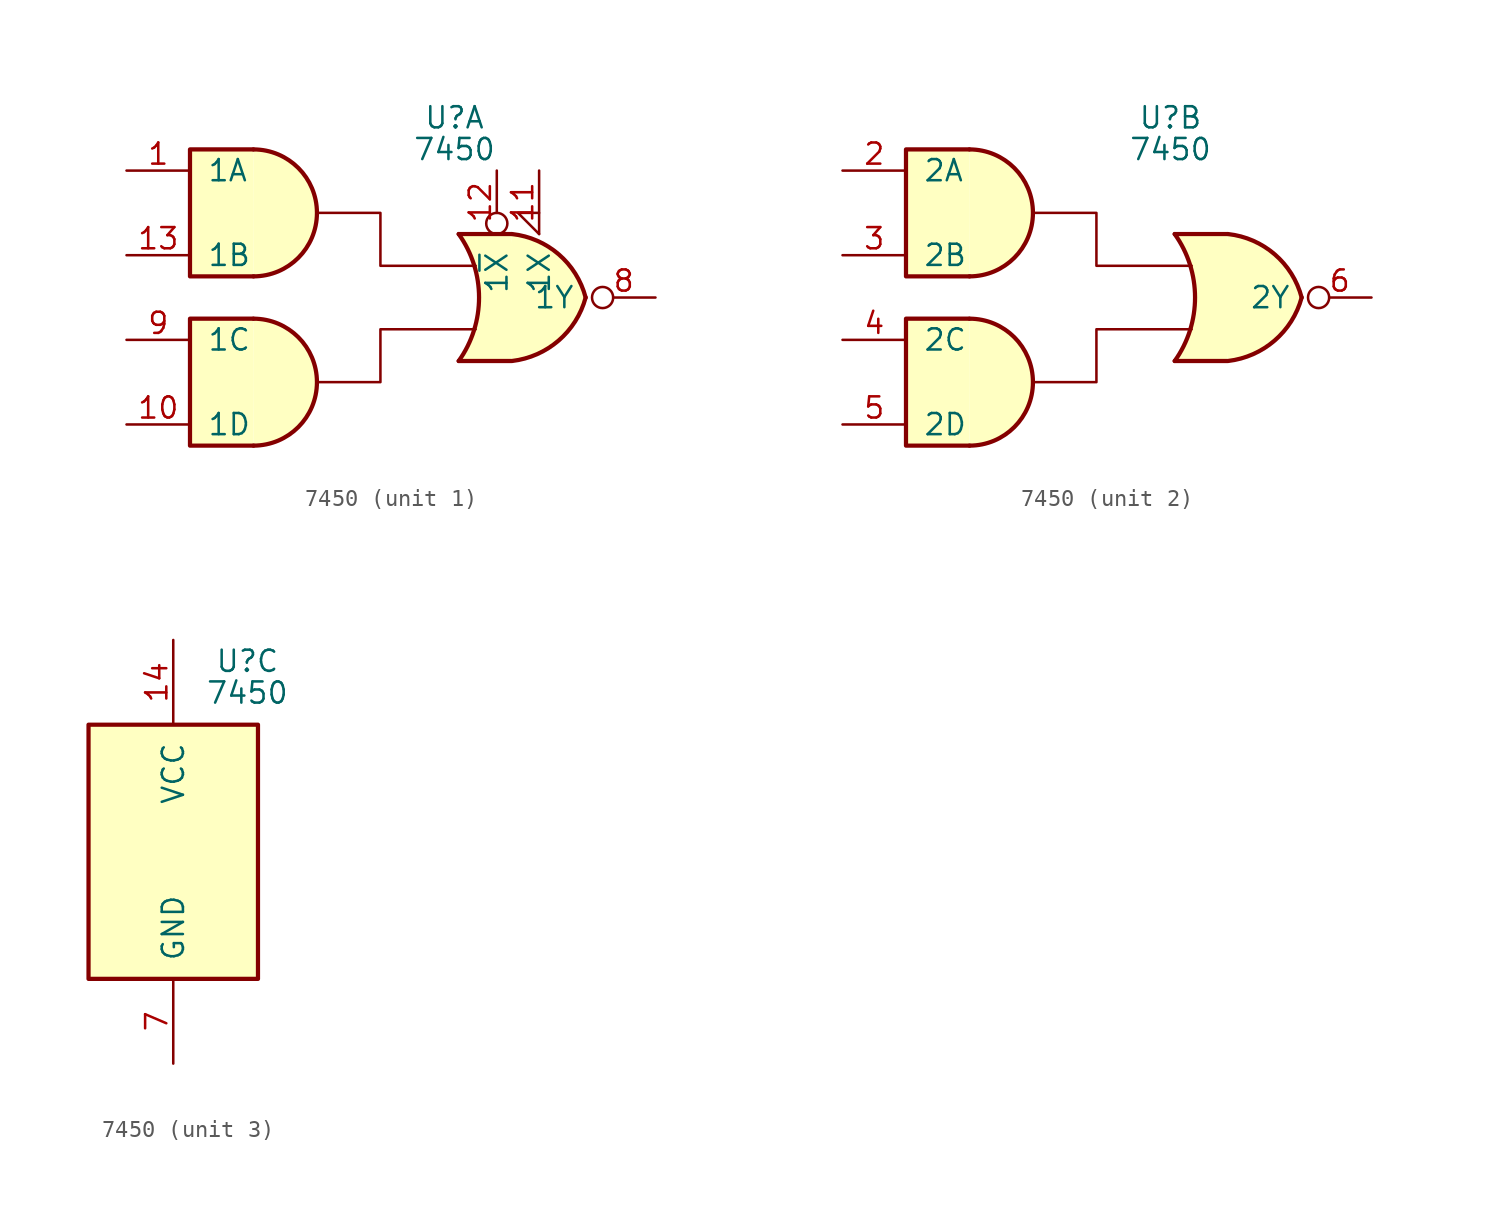
<source format=kicad_sym>
(kicad_symbol_lib
  (version 20220914)
  (generator kicad_symbol_editor)
  (symbol "7450"
    (pin_names
      (offset 1.016))
    (property "Reference" "U"
      (at 4.445 10.795 0)
      (effects (font (size 1.27 1.27))))
    (property "Value" "7450"
      (at 4.445 8.89 0)
      (effects (font (size 1.27 1.27))))
    (property "ki_locked" ""
      (at 0 0 0)
      (effects (font (size 1.27 1.27))))
    (symbol "7450_1_1"
      (arc (start -7.62 -8.89) (mid -3.8266 -5.08) (end -7.62 -1.27) (stroke (width 0.254) (type default)) (fill (type background)))
      (arc (start -7.62 1.27) (mid -3.8266 5.08) (end -7.62 8.89) (stroke (width 0.254) (type default)) (fill (type background)))
      (polyline (pts (xy 4.699 -3.81) (xy 7.874 -3.81)) (stroke (width 0.254) (type default)) (fill (type background)))
      (polyline (pts (xy 4.699 3.81) (xy 7.874 3.81)) (stroke (width 0.254) (type default)) (fill (type background)))
      (polyline (pts (xy -7.62 -1.27) (xy -11.43 -1.27) (xy -11.43 -8.89) (xy -7.62 -8.89)) (stroke (width 0.254) (type default)) (fill (type background)))
      (polyline (pts (xy -7.62 8.89) (xy -11.43 8.89) (xy -11.43 1.27) (xy -7.62 1.27)) (stroke (width 0.254) (type default)) (fill (type background)))
      (polyline (pts (xy -3.81 -5.08) (xy 0 -5.08) (xy 0 -1.905) (xy 5.715 -1.905)) (stroke (width 0) (type default)) (fill (type none)))
      (polyline (pts (xy -3.81 5.08) (xy 0 5.08) (xy 0 1.905) (xy 5.715 1.905)) (stroke (width 0) (type default)) (fill (type none)))
      (polyline (pts (xy 7.874 3.81) (xy 4.699 3.81) (xy 4.699 3.81) (xy 4.953 3.404) (xy 5.486 2.261) (xy 5.816 1.041) (xy 5.893 -0.254) (xy 5.74 -1.499) (xy 5.334 -2.718) (xy 4.699 -3.81) (xy 4.699 -3.81) (xy 7.874 -3.81)) (stroke (width -25.4) (type default)) (fill (type background)))
      (arc (start 4.6988 -3.81) (mid 5.9198 0) (end 4.6988 3.81) (stroke (width 0.254) (type default)) (fill (type none)))
      (arc (start 7.8992 -3.81) (mid 10.6943 -2.584) (end 12.3188 0) (stroke (width 0.254) (type default)) (fill (type background)))
      (arc (start 12.3188 0) (mid 10.7016 2.5925) (end 7.8992 3.81) (stroke (width 0.254) (type default)) (fill (type background)))
      (pin input line (at -15.24 7.62 0) (length 3.81) (name "1A" (effects (font (size 1.27 1.27)))) (number "1" (effects (font (size 1.27 1.27)))))
      (pin input line (at -15.24 -7.62 0) (length 3.81) (name "1D" (effects (font (size 1.27 1.27)))) (number "10" (effects (font (size 1.27 1.27)))))
      (pin input input_low (at 9.525 7.62 270) (length 3.81) (name "1X" (effects (font (size 1.27 1.27)))) (number "11" (effects (font (size 1.27 1.27)))))
      (pin input inverted (at 6.985 7.62 270) (length 3.81) (name "1~{X}" (effects (font (size 1.27 1.27)))) (number "12" (effects (font (size 1.27 1.27)))))
      (pin input line (at -15.24 2.54 0) (length 3.81) (name "1B" (effects (font (size 1.27 1.27)))) (number "13" (effects (font (size 1.27 1.27)))))
      (pin output inverted (at 16.51 0 180) (length 3.81) (name "1Y" (effects (font (size 1.27 1.27)))) (number "8" (effects (font (size 1.27 1.27)))))
      (pin input line (at -15.24 -2.54 0) (length 3.81) (name "1C" (effects (font (size 1.27 1.27)))) (number "9" (effects (font (size 1.27 1.27))))))
    (symbol "7450_2_1"
      (arc (start -7.62 -8.89) (mid -3.8266 -5.08) (end -7.62 -1.27) (stroke (width 0.254) (type default)) (fill (type background)))
      (arc (start -7.62 1.27) (mid -3.8266 5.08) (end -7.62 8.89) (stroke (width 0.254) (type default)) (fill (type background)))
      (polyline (pts (xy 4.699 -3.81) (xy 7.874 -3.81)) (stroke (width 0.254) (type default)) (fill (type background)))
      (polyline (pts (xy 4.699 3.81) (xy 7.874 3.81)) (stroke (width 0.254) (type default)) (fill (type background)))
      (polyline (pts (xy -7.62 -1.27) (xy -11.43 -1.27) (xy -11.43 -8.89) (xy -7.62 -8.89)) (stroke (width 0.254) (type default)) (fill (type background)))
      (polyline (pts (xy -7.62 8.89) (xy -11.43 8.89) (xy -11.43 1.27) (xy -7.62 1.27)) (stroke (width 0.254) (type default)) (fill (type background)))
      (polyline (pts (xy -3.81 -5.08) (xy 0 -5.08) (xy 0 -1.905) (xy 5.715 -1.905)) (stroke (width 0) (type default)) (fill (type none)))
      (polyline (pts (xy -3.81 5.08) (xy 0 5.08) (xy 0 1.905) (xy 5.715 1.905)) (stroke (width 0) (type default)) (fill (type none)))
      (polyline (pts (xy 7.874 3.81) (xy 4.699 3.81) (xy 4.699 3.81) (xy 4.953 3.404) (xy 5.486 2.261) (xy 5.816 1.041) (xy 5.893 -0.254) (xy 5.74 -1.499) (xy 5.334 -2.718) (xy 4.699 -3.81) (xy 4.699 -3.81) (xy 7.874 -3.81)) (stroke (width -25.4) (type default)) (fill (type background)))
      (arc (start 4.6988 -3.81) (mid 5.9198 0) (end 4.6988 3.81) (stroke (width 0.254) (type default)) (fill (type none)))
      (arc (start 7.8992 -3.81) (mid 10.6943 -2.584) (end 12.3188 0) (stroke (width 0.254) (type default)) (fill (type background)))
      (arc (start 12.3188 0) (mid 10.7016 2.5925) (end 7.8992 3.81) (stroke (width 0.254) (type default)) (fill (type background)))
      (pin input line (at -15.24 7.62 0) (length 3.81) (name "2A" (effects (font (size 1.27 1.27)))) (number "2" (effects (font (size 1.27 1.27)))))
      (pin input line (at -15.24 2.54 0) (length 3.81) (name "2B" (effects (font (size 1.27 1.27)))) (number "3" (effects (font (size 1.27 1.27)))))
      (pin input line (at -15.24 -2.54 0) (length 3.81) (name "2C" (effects (font (size 1.27 1.27)))) (number "4" (effects (font (size 1.27 1.27)))))
      (pin input line (at -15.24 -7.62 0) (length 3.81) (name "2D" (effects (font (size 1.27 1.27)))) (number "5" (effects (font (size 1.27 1.27)))))
      (pin output inverted (at 16.51 0 180) (length 3.81) (name "2Y" (effects (font (size 1.27 1.27)))) (number "6" (effects (font (size 1.27 1.27))))))
    (symbol "7450_3_0"
      (pin power_in line (at 0 12.065 270) (length 5.08) (name "VCC" (effects (font (size 1.27 1.27)))) (number "14" (effects (font (size 1.27 1.27)))))
      (pin power_in line (at 0 -13.335 90) (length 5.08) (name "GND" (effects (font (size 1.27 1.27)))) (number "7" (effects (font (size 1.27 1.27))))))
    (symbol "7450_3_1"
      (rectangle (start -5.08 6.985) (end 5.08 -8.255) (stroke (width 0.254) (type default)) (fill (type background))))))
</source>
